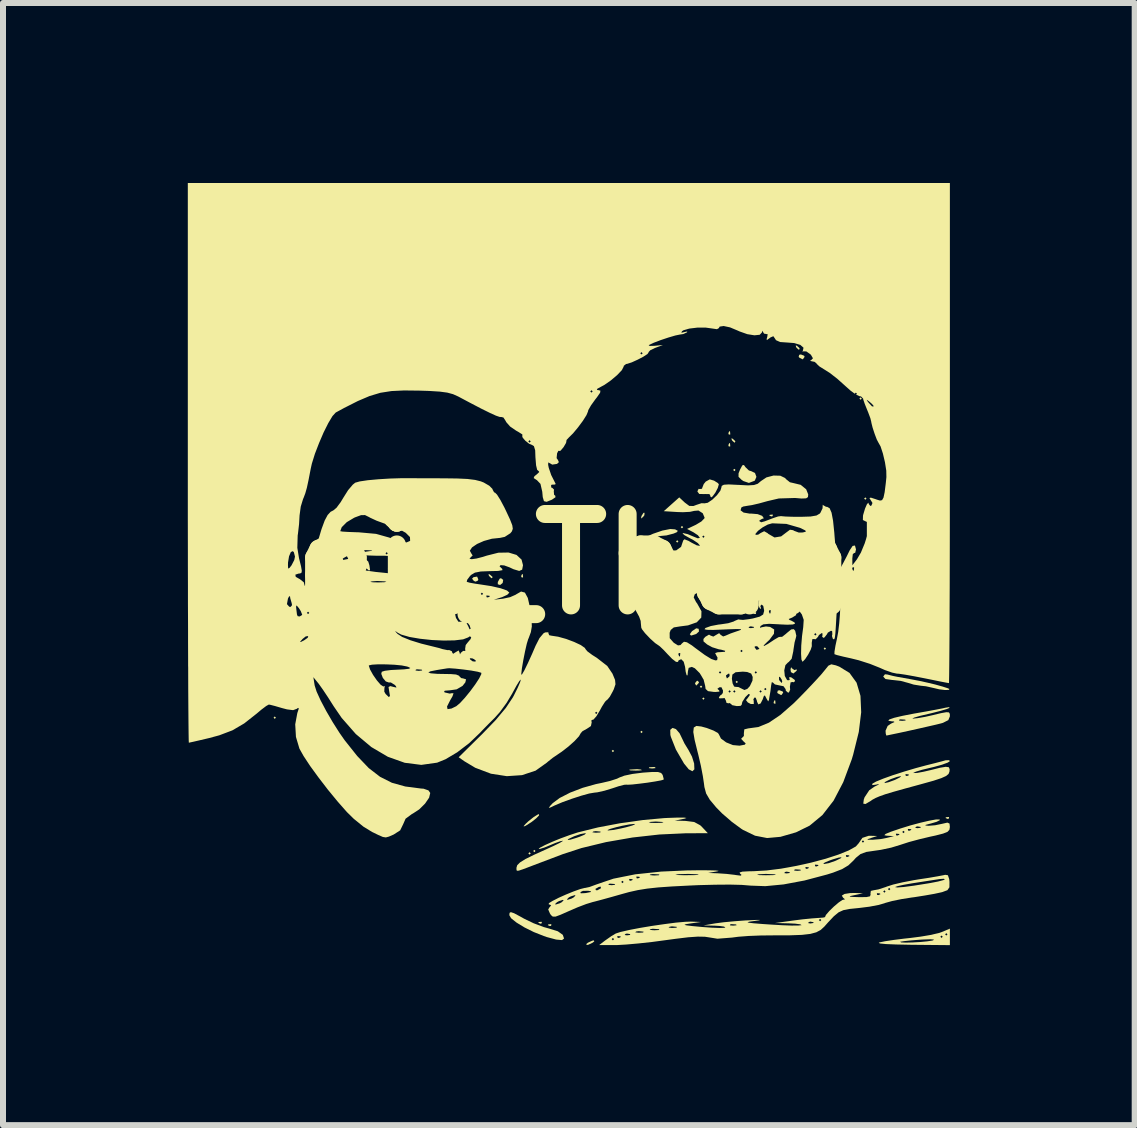
<source format=kicad_pcb>
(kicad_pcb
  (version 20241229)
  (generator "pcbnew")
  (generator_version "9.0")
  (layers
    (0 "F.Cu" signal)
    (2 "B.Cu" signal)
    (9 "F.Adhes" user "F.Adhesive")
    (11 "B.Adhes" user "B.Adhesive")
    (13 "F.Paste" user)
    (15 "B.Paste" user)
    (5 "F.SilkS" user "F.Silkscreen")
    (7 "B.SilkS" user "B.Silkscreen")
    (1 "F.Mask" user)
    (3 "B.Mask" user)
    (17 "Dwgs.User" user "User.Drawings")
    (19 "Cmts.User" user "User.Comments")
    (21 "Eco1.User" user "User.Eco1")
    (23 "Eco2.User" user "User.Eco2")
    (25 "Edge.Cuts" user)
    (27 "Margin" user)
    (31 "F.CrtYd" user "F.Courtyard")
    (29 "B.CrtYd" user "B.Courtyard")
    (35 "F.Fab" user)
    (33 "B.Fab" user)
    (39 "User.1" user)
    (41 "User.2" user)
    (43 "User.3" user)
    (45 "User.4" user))
  (footprint "Neil_Thanh"
    (layer "F.Cu")
    (at 6.43 6.35)
    (property "Reference" "Neil_Thanh" (at 0 0 0) (layer "F.SilkS") (effects (font (size 1.524 1.524) (thickness 0.3))))
    (attr board_only exclude_from_pos_files exclude_from_bom)
    (fp_poly (pts (xy -4.882 2.56) (xy -4.901 2.58) (xy -4.921 2.56) (xy -4.901 2.54)) (stroke (width 0) (type solid)) (fill yes) (layer "F.SilkS"))
    (fp_poly (pts (xy -3.532 -0.139) (xy -3.552 -0.119) (xy -3.572 -0.139) (xy -3.552 -0.159)) (stroke (width 0) (type solid)) (fill yes) (layer "F.SilkS"))
    (fp_poly (pts (xy -0.635 4.822) (xy -0.655 4.842) (xy -0.675 4.822) (xy -0.655 4.802)) (stroke (width 0) (type solid)) (fill yes) (layer "F.SilkS"))
    (fp_poly (pts (xy -0.556 4.782) (xy -0.575 4.802) (xy -0.595 4.782) (xy -0.575 4.763)) (stroke (width 0) (type solid)) (fill yes) (layer "F.SilkS"))
    (fp_poly (pts (xy 0.754 3.115) (xy 0.734 3.135) (xy 0.714 3.115) (xy 0.734 3.096)) (stroke (width 0) (type solid)) (fill yes) (layer "F.SilkS"))
    (fp_poly (pts (xy 1.23 2.798) (xy 1.21 2.818) (xy 1.191 2.798) (xy 1.21 2.778)) (stroke (width 0) (type solid)) (fill yes) (layer "F.SilkS"))
    (fp_poly (pts (xy 1.826 -0.377) (xy 1.806 -0.357) (xy 1.786 -0.377) (xy 1.806 -0.397)) (stroke (width 0) (type solid)) (fill yes) (layer "F.SilkS"))
    (fp_poly (pts (xy 1.905 -0.615) (xy 1.885 -0.595) (xy 1.865 -0.615) (xy 1.885 -0.635)) (stroke (width 0) (type solid)) (fill yes) (layer "F.SilkS"))
    (fp_poly (pts (xy 2.223 2.044) (xy 2.203 2.064) (xy 2.183 2.044) (xy 2.203 2.024)) (stroke (width 0) (type solid)) (fill yes) (layer "F.SilkS"))
    (fp_poly (pts (xy 2.262 2.242) (xy 2.242 2.262) (xy 2.223 2.242) (xy 2.242 2.223)) (stroke (width 0) (type solid)) (fill yes) (layer "F.SilkS"))
    (fp_poly (pts (xy 2.778 -1.568) (xy 2.758 -1.548) (xy 2.738 -1.568) (xy 2.758 -1.587)) (stroke (width 0) (type solid)) (fill yes) (layer "F.SilkS"))
    (fp_poly (pts (xy 2.818 1.965) (xy 2.798 1.984) (xy 2.778 1.965) (xy 2.798 1.945)) (stroke (width 0) (type solid)) (fill yes) (layer "F.SilkS"))
    (fp_poly (pts (xy 4.286 1.409) (xy 4.266 1.429) (xy 4.247 1.409) (xy 4.266 1.389)) (stroke (width 0) (type solid)) (fill yes) (layer "F.SilkS"))
    (fp_poly (pts (xy 4.882 -2.758) (xy 4.862 -2.738) (xy 4.842 -2.758) (xy 4.862 -2.778)) (stroke (width 0) (type solid)) (fill yes) (layer "F.SilkS"))
    (fp_poly (pts (xy 4.961 -1.091) (xy 4.941 -1.072) (xy 4.921 -1.091) (xy 4.941 -1.111)) (stroke (width 0) (type solid)) (fill yes) (layer "F.SilkS"))
    (fp_poly (pts (xy -0.767 0.172) (xy -0.763 0.219) (xy -0.767 0.225) (xy -0.791 0.219) (xy -0.794 0.198) (xy -0.779 0.166)) (stroke (width 0) (type solid)) (fill yes) (layer "F.SilkS"))
    (fp_poly (pts (xy -0.45 5.966) (xy -0.455 5.99) (xy -0.476 5.993) (xy -0.509 5.978) (xy -0.503 5.966) (xy -0.456 5.962)) (stroke (width 0) (type solid)) (fill yes) (layer "F.SilkS"))
    (fp_poly (pts (xy -0.291 6.006) (xy -0.296 6.03) (xy -0.318 6.032) (xy -0.35 6.018) (xy -0.344 6.006) (xy -0.297 6.001)) (stroke (width 0) (type solid)) (fill yes) (layer "F.SilkS"))
    (fp_poly (pts (xy 1.439 3.387) (xy 1.444 3.401) (xy 1.389 3.407) (xy 1.333 3.401) (xy 1.339 3.387) (xy 1.421 3.382)) (stroke (width 0) (type solid)) (fill yes) (layer "F.SilkS"))
    (fp_poly (pts (xy 2.686 -2.209) (xy 2.69 -2.162) (xy 2.686 -2.156) (xy 2.662 -2.162) (xy 2.659 -2.183) (xy 2.674 -2.215)) (stroke (width 0) (type solid)) (fill yes) (layer "F.SilkS"))
    (fp_poly (pts (xy 2.686 -2.011) (xy 2.69 -1.964) (xy 2.686 -1.958) (xy 2.662 -1.963) (xy 2.659 -1.984) (xy 2.674 -2.017)) (stroke (width 0) (type solid)) (fill yes) (layer "F.SilkS"))
    (fp_poly (pts (xy 3.122 0.807) (xy 3.117 0.831) (xy 3.096 0.833) (xy 3.063 0.819) (xy 3.069 0.807) (xy 3.116 0.802)) (stroke (width 0) (type solid)) (fill yes) (layer "F.SilkS"))
    (fp_poly (pts (xy 3.4 -0.82) (xy 3.394 -0.797) (xy 3.373 -0.794) (xy 3.341 -0.808) (xy 3.347 -0.82) (xy 3.394 -0.825)) (stroke (width 0) (type solid)) (fill yes) (layer "F.SilkS"))
    (fp_poly (pts (xy 3.44 2.275) (xy 3.444 2.323) (xy 3.44 2.328) (xy 3.416 2.323) (xy 3.413 2.302) (xy 3.428 2.269)) (stroke (width 0) (type solid)) (fill yes) (layer "F.SilkS"))
    (fp_poly (pts (xy 6.337 4.22) (xy 6.331 4.244) (xy 6.31 4.247) (xy 6.278 4.232) (xy 6.284 4.22) (xy 6.331 4.215)) (stroke (width 0) (type solid)) (fill yes) (layer "F.SilkS"))
    (fp_poly (pts (xy -1.509 0.255) (xy -1.514 0.274) (xy -1.553 0.293) (xy -1.582 0.282) (xy -1.613 0.244) (xy -1.589 0.219) (xy -1.529 0.209)) (stroke (width 0) (type solid)) (fill yes) (layer "F.SilkS"))
    (fp_poly (pts (xy -1.316 0.175) (xy -1.274 0.212) (xy -1.27 0.221) (xy -1.289 0.237) (xy -1.328 0.2) (xy -1.333 0.192) (xy -1.338 0.165)) (stroke (width 0) (type solid)) (fill yes) (layer "F.SilkS"))
    (fp_poly (pts (xy -1.094 0.264) (xy -1.103 0.315) (xy -1.145 0.349) (xy -1.184 0.337) (xy -1.184 0.3) (xy -1.153 0.244) (xy -1.131 0.236)) (stroke (width 0) (type solid)) (fill yes) (layer "F.SilkS"))
    (fp_poly (pts (xy 1.258 -0.812) (xy 1.235 -0.783) (xy 1.202 -0.758) (xy 1.21 -0.798) (xy 1.213 -0.805) (xy 1.244 -0.854) (xy 1.262 -0.854)) (stroke (width 0) (type solid)) (fill yes) (layer "F.SilkS"))
    (fp_poly (pts (xy 2.732 -2.087) (xy 2.775 -2.047) (xy 2.766 -2.024) (xy 2.761 -2.024) (xy 2.727 -2.052) (xy 2.715 -2.07) (xy 2.71 -2.097)) (stroke (width 0) (type solid)) (fill yes) (layer "F.SilkS"))
    (fp_poly (pts (xy 3.804 -3.635) (xy 3.846 -3.595) (xy 3.838 -3.572) (xy 3.832 -3.572) (xy 3.799 -3.6) (xy 3.786 -3.618) (xy 3.782 -3.645)) (stroke (width 0) (type solid)) (fill yes) (layer "F.SilkS"))
    (fp_poly (pts (xy -3.343 -0.041) (xy -3.324 0.02) (xy -3.313 0.1) (xy -3.332 0.109) (xy -3.391 0.056) (xy -3.432 -0.007) (xy -3.431 -0.043) (xy -3.384 -0.079)) (stroke (width 0) (type solid)) (fill yes) (layer "F.SilkS"))
    (fp_poly (pts (xy -2.865 0.055) (xy -2.827 0.101) (xy -2.85 0.117) (xy -2.909 0.119) (xy -2.987 0.107) (xy -3.016 0.082) (xy -2.988 0.026) (xy -2.924 0.019)) (stroke (width 0) (type solid)) (fill yes) (layer "F.SilkS"))
    (fp_poly (pts (xy 0.424 6.288) (xy 0.397 6.31) (xy 0.325 6.344) (xy 0.298 6.349) (xy 0.291 6.332) (xy 0.318 6.31) (xy 0.39 6.277) (xy 0.417 6.272)) (stroke (width 0) (type solid)) (fill yes) (layer "F.SilkS"))
    (fp_poly (pts (xy 1.201 3.425) (xy 1.219 3.435) (xy 1.169 3.441) (xy 1.111 3.442) (xy 1.025 3.439) (xy 1.002 3.431) (xy 1.022 3.425) (xy 1.138 3.418)) (stroke (width 0) (type solid)) (fill yes) (layer "F.SilkS"))
    (fp_poly (pts (xy 2.163 1.079) (xy 2.169 1.123) (xy 2.122 1.166) (xy 2.045 1.19) (xy 2.034 1.19) (xy 2.016 1.169) (xy 2.054 1.117) (xy 2.123 1.071)) (stroke (width 0) (type solid)) (fill yes) (layer "F.SilkS"))
    (fp_poly (pts (xy 2.169 1.969) (xy 2.163 1.984) (xy 2.127 2.022) (xy 2.121 2.024) (xy 2.104 1.993) (xy 2.103 1.984) (xy 2.134 1.946) (xy 2.145 1.945)) (stroke (width 0) (type solid)) (fill yes) (layer "F.SilkS"))
    (fp_poly (pts (xy 3.564 2.124) (xy 3.572 2.143) (xy 3.543 2.182) (xy 3.535 2.183) (xy 3.481 2.154) (xy 3.473 2.143) (xy 3.482 2.109) (xy 3.51 2.103)) (stroke (width 0) (type solid)) (fill yes) (layer "F.SilkS"))
    (fp_poly (pts (xy 3.921 -3.472) (xy 3.929 -3.453) (xy 3.901 -3.414) (xy 3.892 -3.413) (xy 3.838 -3.442) (xy 3.83 -3.453) (xy 3.839 -3.487) (xy 3.867 -3.493)) (stroke (width 0) (type solid)) (fill yes) (layer "F.SilkS"))
    (fp_poly (pts (xy 3.717 1.737) (xy 3.76 1.767) (xy 3.78 1.76) (xy 3.803 1.759) (xy 3.794 1.78) (xy 3.742 1.824) (xy 3.701 1.801) (xy 3.694 1.756) (xy 3.704 1.718)) (stroke (width 0) (type solid)) (fill yes) (layer "F.SilkS"))
    (fp_poly (pts (xy -0.496 4.188) (xy -0.542 4.236) (xy -0.617 4.296) (xy -0.704 4.352) (xy -0.734 4.369) (xy -0.755 4.37) (xy -0.721 4.33) (xy -0.676 4.288) (xy -0.586 4.216) (xy -0.516 4.173) (xy -0.498 4.168)) (stroke (width 0) (type solid)) (fill yes) (layer "F.SilkS"))
    (fp_poly (pts (xy 2.942 -1.616) (xy 3.001 -1.559) (xy 3.039 -1.548) (xy 3.102 -1.518) (xy 3.126 -1.453) (xy 3.1 -1.392) (xy 3.091 -1.386) (xy 3 -1.352) (xy 2.909 -1.383) (xy 2.877 -1.405) (xy 2.828 -1.453) (xy 2.828 -1.511) (xy 2.852 -1.572) (xy 2.891 -1.645) (xy 2.918 -1.651)) (stroke (width 0) (type solid)) (fill yes) (layer "F.SilkS"))
    (fp_poly (pts (xy 1.785 2.751) (xy 1.845 2.82) (xy 1.868 2.867) (xy 1.927 2.99) (xy 1.992 3.096) (xy 2.052 3.209) (xy 2.088 3.324) (xy 2.092 3.421) (xy 2.059 3.453) (xy 1.998 3.421) (xy 1.919 3.324) (xy 1.919 3.324) (xy 1.784 3.091) (xy 1.701 2.882) (xy 1.692 2.848) (xy 1.69 2.763) (xy 1.727 2.731)) (stroke (width 0) (type solid)) (fill yes) (layer "F.SilkS"))
    (fp_poly (pts (xy -0.913 5.819) (xy -0.812 5.873) (xy -0.744 5.911) (xy -0.588 5.986) (xy -0.421 6.049) (xy -0.338 6.072) (xy -0.184 6.12) (xy -0.101 6.179) (xy -0.08 6.241) (xy -0.114 6.267) (xy -0.212 6.258) (xy -0.369 6.216) (xy -0.417 6.199) (xy -0.584 6.133) (xy -0.741 6.055) (xy -0.872 5.975) (xy -0.962 5.903) (xy -0.992 5.852) (xy -0.988 5.813) (xy -0.967 5.801)) (stroke (width 0) (type solid)) (fill yes) (layer "F.SilkS"))
    (fp_poly (pts (xy 2.42 -1.39) (xy 2.483 -1.35) (xy 2.5 -1.33) (xy 2.482 -1.268) (xy 2.441 -1.189) (xy 2.395 -1.127) (xy 2.373 -1.111) (xy 2.353 -1.135) (xy 2.358 -1.146) (xy 2.34 -1.166) (xy 2.267 -1.167) (xy 2.261 -1.166) (xy 2.173 -1.168) (xy 2.143 -1.208) (xy 2.143 -1.214) (xy 2.163 -1.254) (xy 2.183 -1.25) (xy 2.219 -1.255) (xy 2.223 -1.27) (xy 2.248 -1.333) (xy 2.281 -1.374) (xy 2.348 -1.411)) (stroke (width 0) (type solid)) (fill yes) (layer "F.SilkS"))
    (fp_poly (pts (xy 5.308 1.841) (xy 5.403 1.865) (xy 5.477 1.88) (xy 5.685 1.917) (xy 5.842 1.947) (xy 5.974 1.976) (xy 6.108 2.008) (xy 6.108 2.008) (xy 6.229 2.042) (xy 6.316 2.07) (xy 6.343 2.083) (xy 6.33 2.098) (xy 6.266 2.099) (xy 6.174 2.088) (xy 6.081 2.066) (xy 6.072 2.064) (xy 5.951 2.037) (xy 5.866 2.028) (xy 5.747 2.009) (xy 5.648 1.979) (xy 5.529 1.947) (xy 5.394 1.932) (xy 5.388 1.932) (xy 5.276 1.916) (xy 5.239 1.875) (xy 5.239 1.875) (xy 5.268 1.837)) (stroke (width 0) (type solid)) (fill yes) (layer "F.SilkS"))
    (fp_poly (pts (xy 1.487 3.466) (xy 1.538 3.482) (xy 1.563 3.514) (xy 1.564 3.517) (xy 1.58 3.578) (xy 1.579 3.593) (xy 1.533 3.606) (xy 1.434 3.624) (xy 1.306 3.644) (xy 1.171 3.661) (xy 1.054 3.674) (xy 0.979 3.678) (xy 0.964 3.676) (xy 0.921 3.679) (xy 0.826 3.704) (xy 0.733 3.735) (xy 0.596 3.777) (xy 0.476 3.804) (xy 0.422 3.81) (xy 0.339 3.824) (xy 0.206 3.861) (xy 0.049 3.912) (xy -0.108 3.969) (xy -0.241 4.025) (xy -0.298 4.053) (xy -0.334 4.066) (xy -0.314 4.033) (xy -0.269 3.985) (xy -0.152 3.898) (xy 0.022 3.809) (xy 0.231 3.729) (xy 0.452 3.667) (xy 0.549 3.647) (xy 0.686 3.615) (xy 0.803 3.577) (xy 0.846 3.556) (xy 0.927 3.526) (xy 1.06 3.498) (xy 1.218 3.478) (xy 1.236 3.476) (xy 1.392 3.465)) (stroke (width 0) (type solid)) (fill yes) (layer "F.SilkS"))
    (fp_poly (pts (xy 6.35 6.351) (xy 5.705 6.345) (xy 5.456 6.34) (xy 5.282 6.333) (xy 5.184 6.323) (xy 5.164 6.311) (xy 5.179 6.305) (xy 5.223 6.296) (xy 5.52 6.296) (xy 5.54 6.306) (xy 5.617 6.309) (xy 5.73 6.306) (xy 5.855 6.299) (xy 5.971 6.288) (xy 6.056 6.275) (xy 6.072 6.27) (xy 6.085 6.258) (xy 6.028 6.253) (xy 5.911 6.257) (xy 5.854 6.26) (xy 5.704 6.272) (xy 5.588 6.284) (xy 5.525 6.294) (xy 5.52 6.296) (xy 5.223 6.296) (xy 5.271 6.286) (xy 5.416 6.264) (xy 5.592 6.242) (xy 5.686 6.232) (xy 5.849 6.211) (xy 6.191 6.211) (xy 6.211 6.231) (xy 6.231 6.211) (xy 6.211 6.191) (xy 6.191 6.211) (xy 5.849 6.211) (xy 5.87 6.208) (xy 6.041 6.179) (xy 6.072 6.171) (xy 6.271 6.171) (xy 6.29 6.191) (xy 6.31 6.171) (xy 6.29 6.152) (xy 6.271 6.171) (xy 6.072 6.171) (xy 6.171 6.148) (xy 6.211 6.134) (xy 6.35 6.076)) (stroke (width 0) (type solid)) (fill yes) (layer "F.SilkS"))
    (fp_poly (pts (xy 6.346 2.396) (xy 6.299 2.416) (xy 6.193 2.447) (xy 6.049 2.484) (xy 5.989 2.498) (xy 5.85 2.531) (xy 5.758 2.558) (xy 5.726 2.573) (xy 5.735 2.576) (xy 5.815 2.568) (xy 5.941 2.546) (xy 6.052 2.521) (xy 6.202 2.485) (xy 6.291 2.469) (xy 6.334 2.472) (xy 6.349 2.497) (xy 6.35 2.538) (xy 6.324 2.601) (xy 6.235 2.646) (xy 6.201 2.656) (xy 6.116 2.677) (xy 5.985 2.707) (xy 5.827 2.743) (xy 5.661 2.78) (xy 5.505 2.814) (xy 5.38 2.84) (xy 5.304 2.856) (xy 5.29 2.857) (xy 5.281 2.824) (xy 5.278 2.777) (xy 5.313 2.698) (xy 5.368 2.66) (xy 5.427 2.633) (xy 5.415 2.623) (xy 5.378 2.621) (xy 5.324 2.611) (xy 5.326 2.608) (xy 5.502 2.608) (xy 5.556 2.613) (xy 5.613 2.607) (xy 5.606 2.593) (xy 5.525 2.588) (xy 5.507 2.593) (xy 5.502 2.608) (xy 5.326 2.608) (xy 5.341 2.59) (xy 5.423 2.562) (xy 5.563 2.529) (xy 5.753 2.492) (xy 5.794 2.485) (xy 5.97 2.454) (xy 6.126 2.425) (xy 6.238 2.403) (xy 6.271 2.395) (xy 6.335 2.385)) (stroke (width 0) (type solid)) (fill yes) (layer "F.SilkS"))
    (fp_poly (pts (xy 4.449 1.688) (xy 4.507 1.71) (xy 4.677 1.814) (xy 4.795 1.977) (xy 4.86 2.196) (xy 4.872 2.47) (xy 4.832 2.798) (xy 4.738 3.177) (xy 4.715 3.254) (xy 4.573 3.635) (xy 4.412 3.943) (xy 4.226 4.183) (xy 4.012 4.36) (xy 3.786 4.471) (xy 3.526 4.546) (xy 3.304 4.566) (xy 3.103 4.527) (xy 2.902 4.43) (xy 2.874 4.412) (xy 2.716 4.296) (xy 2.553 4.155) (xy 2.455 4.055) (xy 2.349 3.928) (xy 2.288 3.824) (xy 2.259 3.716) (xy 2.252 3.661) (xy 2.233 3.533) (xy 2.2 3.361) (xy 2.157 3.176) (xy 2.144 3.126) (xy 2.096 2.93) (xy 2.074 2.799) (xy 2.082 2.725) (xy 2.125 2.698) (xy 2.206 2.707) (xy 2.298 2.732) (xy 2.411 2.775) (xy 2.485 2.816) (xy 2.5 2.838) (xy 2.535 2.908) (xy 2.622 2.972) (xy 2.734 3.017) (xy 2.844 3.027) (xy 2.85 3.026) (xy 2.933 3.01) (xy 2.947 2.989) (xy 2.908 2.953) (xy 2.871 2.912) (xy 2.885 2.898) (xy 2.917 2.865) (xy 2.917 2.818) (xy 2.924 2.755) (xy 2.989 2.739) (xy 3.159 2.716) (xy 3.335 2.643) (xy 3.526 2.514) (xy 3.743 2.324) (xy 3.83 2.238) (xy 3.974 2.09) (xy 4.104 1.952) (xy 4.207 1.839) (xy 4.268 1.765) (xy 4.269 1.764) (xy 4.325 1.694) (xy 4.374 1.671)) (stroke (width 0) (type solid)) (fill yes) (layer "F.SilkS"))
    (fp_poly (pts (xy 6.35 3.285) (xy 6.314 3.309) (xy 6.219 3.344) (xy 6.081 3.382) (xy 6.026 3.395) (xy 5.885 3.429) (xy 5.786 3.459) (xy 5.743 3.479) (xy 5.745 3.483) (xy 5.803 3.481) (xy 5.912 3.461) (xy 6.025 3.435) (xy 6.185 3.395) (xy 6.282 3.379) (xy 6.332 3.386) (xy 6.346 3.419) (xy 6.343 3.459) (xy 6.328 3.498) (xy 6.287 3.532) (xy 6.207 3.568) (xy 6.077 3.611) (xy 5.883 3.665) (xy 5.854 3.673) (xy 5.601 3.742) (xy 5.412 3.795) (xy 5.275 3.836) (xy 5.179 3.87) (xy 5.111 3.899) (xy 5.058 3.928) (xy 5.033 3.946) (xy 4.944 3.999) (xy 4.907 3.993) (xy 4.915 3.926) (xy 4.928 3.888) (xy 5.006 3.77) (xy 5.094 3.709) (xy 5.164 3.675) (xy 5.162 3.667) (xy 5.12 3.676) (xy 5.055 3.684) (xy 5.06 3.659) (xy 5.08 3.648) (xy 5.258 3.648) (xy 5.264 3.65) (xy 5.328 3.636) (xy 5.427 3.6) (xy 5.443 3.593) (xy 5.517 3.556) (xy 5.537 3.535) (xy 5.531 3.534) (xy 5.467 3.548) (xy 5.368 3.583) (xy 5.352 3.59) (xy 5.278 3.627) (xy 5.258 3.648) (xy 5.08 3.648) (xy 5.12 3.625) (xy 5.24 3.576) (xy 5.402 3.518) (xy 5.441 3.506) (xy 5.609 3.506) (xy 5.615 3.529) (xy 5.636 3.532) (xy 5.668 3.518) (xy 5.662 3.506) (xy 5.615 3.501) (xy 5.609 3.506) (xy 5.441 3.506) (xy 5.589 3.458) (xy 5.785 3.4) (xy 5.953 3.355) (xy 6.097 3.319) (xy 6.216 3.288) (xy 6.281 3.27) (xy 6.338 3.269)) (stroke (width 0) (type solid)) (fill yes) (layer "F.SilkS"))
    (fp_poly (pts (xy 1.926 4.226) (xy 1.961 4.232) (xy 1.925 4.244) (xy 1.766 4.275) (xy 1.948 4.281) (xy 2.089 4.299) (xy 2.189 4.353) (xy 2.222 4.385) (xy 2.316 4.485) (xy 1.942 4.487) (xy 1.51 4.507) (xy 1.062 4.557) (xy 0.62 4.634) (xy 0.211 4.733) (xy -0.099 4.834) (xy -0.281 4.903) (xy -0.466 4.973) (xy -0.619 5.031) (xy -0.634 5.037) (xy -0.764 5.086) (xy -0.836 5.11) (xy -0.867 5.111) (xy -0.873 5.09) (xy -0.873 5.061) (xy -0.86 5.018) (xy -0.813 4.972) (xy -0.723 4.916) (xy -0.579 4.845) (xy -0.389 4.759) (xy -0.253 4.697) (xy -0.151 4.647) (xy -0.101 4.616) (xy -0.098 4.611) (xy -0.139 4.618) (xy -0.229 4.65) (xy -0.3 4.68) (xy -0.409 4.725) (xy -0.484 4.748) (xy -0.503 4.749) (xy -0.48 4.726) (xy -0.399 4.684) (xy -0.279 4.63) (xy -0.204 4.599) (xy -0.02 4.599) (xy 0.027 4.593) (xy 0.127 4.563) (xy 0.179 4.545) (xy 0.26 4.511) (xy 0.285 4.49) (xy 0.272 4.486) (xy 0.194 4.5) (xy 0.087 4.537) (xy 0.074 4.543) (xy -0.007 4.582) (xy -0.02 4.599) (xy -0.204 4.599) (xy -0.137 4.572) (xy 0.01 4.518) (xy 0.144 4.474) (xy 0.158 4.47) (xy 0.391 4.47) (xy 0.444 4.477) (xy 0.456 4.477) (xy 0.524 4.473) (xy 0.53 4.46) (xy 0.527 4.459) (xy 0.448 4.451) (xy 0.408 4.457) (xy 0.391 4.47) (xy 0.158 4.47) (xy 0.159 4.47) (xy 0.308 4.433) (xy 0.643 4.433) (xy 0.655 4.44) (xy 0.737 4.432) (xy 0.862 4.408) (xy 0.953 4.387) (xy 1.055 4.358) (xy 1.103 4.338) (xy 1.091 4.331) (xy 1.009 4.339) (xy 0.884 4.363) (xy 0.794 4.384) (xy 0.691 4.413) (xy 0.643 4.433) (xy 0.308 4.433) (xy 0.486 4.389) (xy 0.857 4.319) (xy 0.948 4.307) (xy 1.332 4.307) (xy 1.375 4.313) (xy 1.449 4.315) (xy 1.543 4.312) (xy 1.577 4.305) (xy 1.558 4.298) (xy 1.449 4.291) (xy 1.36 4.297) (xy 1.332 4.307) (xy 0.948 4.307) (xy 1.236 4.266) (xy 1.587 4.234) (xy 1.647 4.231) (xy 1.82 4.225)) (stroke (width 0) (type solid)) (fill yes) (layer "F.SilkS"))
    (fp_poly (pts (xy 6.317 5.186) (xy 6.339 5.252) (xy 6.343 5.296) (xy 6.342 5.387) (xy 6.309 5.435) (xy 6.223 5.467) (xy 6.202 5.472) (xy 6.091 5.496) (xy 5.932 5.524) (xy 5.755 5.552) (xy 5.715 5.557) (xy 5.543 5.584) (xy 5.387 5.616) (xy 5.275 5.647) (xy 5.257 5.654) (xy 5.158 5.682) (xy 5.01 5.71) (xy 4.843 5.731) (xy 4.824 5.733) (xy 4.677 5.748) (xy 4.575 5.768) (xy 4.496 5.804) (xy 4.418 5.868) (xy 4.319 5.973) (xy 4.257 6.043) (xy 4.197 6.098) (xy 4.124 6.137) (xy 4.023 6.164) (xy 3.883 6.18) (xy 3.69 6.187) (xy 3.431 6.188) (xy 3.413 6.188) (xy 3.201 6.19) (xy 2.997 6.198) (xy 2.826 6.211) (xy 2.719 6.225) (xy 2.476 6.244) (xy 2.358 6.225) (xy 2.267 6.211) (xy 2.149 6.209) (xy 1.989 6.22) (xy 1.775 6.246) (xy 1.62 6.267) (xy 1.388 6.298) (xy 1.158 6.323) (xy 0.954 6.341) (xy 0.799 6.35) (xy 0.775 6.35) (xy 0.505 6.35) (xy 0.6 6.277) (xy 0.637 6.251) (xy 0.714 6.251) (xy 0.734 6.271) (xy 0.754 6.251) (xy 0.734 6.231) (xy 0.714 6.251) (xy 0.637 6.251) (xy 0.701 6.206) (xy 0.703 6.204) (xy 0.807 6.204) (xy 0.812 6.228) (xy 0.833 6.231) (xy 0.866 6.216) (xy 0.86 6.204) (xy 0.813 6.2) (xy 0.807 6.204) (xy 0.703 6.204) (xy 0.741 6.182) (xy 0.93 6.182) (xy 0.969 6.188) (xy 1.021 6.181) (xy 1.021 6.167) (xy 0.968 6.158) (xy 0.945 6.164) (xy 0.93 6.182) (xy 0.741 6.182) (xy 0.78 6.158) (xy 0.844 6.137) (xy 1.106 6.137) (xy 1.158 6.144) (xy 1.171 6.144) (xy 1.239 6.14) (xy 1.245 6.127) (xy 1.241 6.126) (xy 1.162 6.118) (xy 1.122 6.124) (xy 1.106 6.137) (xy 0.844 6.137) (xy 0.859 6.132) (xy 0.999 6.1) (xy 1.018 6.096) (xy 1.347 6.096) (xy 1.402 6.102) (xy 1.429 6.103) (xy 1.501 6.099) (xy 1.509 6.088) (xy 1.498 6.085) (xy 1.398 6.078) (xy 1.359 6.085) (xy 1.347 6.096) (xy 1.018 6.096) (xy 1.18 6.065) (xy 1.227 6.057) (xy 1.661 6.057) (xy 1.714 6.064) (xy 1.726 6.064) (xy 1.794 6.06) (xy 1.8 6.048) (xy 1.797 6.046) (xy 1.718 6.038) (xy 1.678 6.045) (xy 1.661 6.057) (xy 1.227 6.057) (xy 1.383 6.031) (xy 1.59 6.001) (xy 1.782 5.976) (xy 1.94 5.962) (xy 2.033 5.959) (xy 2.203 5.965) (xy 2.024 5.99) (xy 1.949 6.002) (xy 1.926 6.013) (xy 1.963 6.022) (xy 2.066 6.034) (xy 2.215 6.048) (xy 2.378 6.06) (xy 2.51 6.065) (xy 2.592 6.062) (xy 2.608 6.057) (xy 2.587 6.042) (xy 2.507 6.031) (xy 2.437 6.027) (xy 2.242 6.022) (xy 2.249 6.021) (xy 2.684 6.021) (xy 2.738 6.026) (xy 2.795 6.02) (xy 2.788 6.006) (xy 2.707 6.001) (xy 2.689 6.006) (xy 2.684 6.021) (xy 2.249 6.021) (xy 2.441 5.988) (xy 2.578 5.97) (xy 2.759 5.953) (xy 2.948 5.939) (xy 2.977 5.938) (xy 3.119 5.931) (xy 3.184 5.931) (xy 3.172 5.937) (xy 3.096 5.948) (xy 3.012 5.959) (xy 2.977 5.969) (xy 2.998 5.977) (xy 3.08 5.987) (xy 3.231 5.999) (xy 3.366 6.008) (xy 3.555 6.019) (xy 3.714 6.025) (xy 3.827 6.024) (xy 3.878 6.018) (xy 3.878 6.017) (xy 3.856 6.004) (xy 3.773 5.993) (xy 3.668 5.988) (xy 3.47 5.983) (xy 3.986 5.983) (xy 4.025 5.99) (xy 4.076 5.982) (xy 4.077 5.969) (xy 4.024 5.959) (xy 4.001 5.966) (xy 3.986 5.983) (xy 3.47 5.983) (xy 3.433 5.983) (xy 3.731 5.942) (xy 3.8 5.933) (xy 4.167 5.933) (xy 4.187 5.953) (xy 4.207 5.933) (xy 4.187 5.913) (xy 4.167 5.933) (xy 3.8 5.933) (xy 3.895 5.921) (xy 4.046 5.906) (xy 4.151 5.898) (xy 4.154 5.898) (xy 4.237 5.892) (xy 4.269 5.884) (xy 4.269 5.883) (xy 4.284 5.848) (xy 4.34 5.783) (xy 4.418 5.707) (xy 4.497 5.64) (xy 4.557 5.599) (xy 4.571 5.595) (xy 4.603 5.588) (xy 4.571 5.561) (xy 4.549 5.526) (xy 4.594 5.498) (xy 4.69 5.483) (xy 4.776 5.482) (xy 4.901 5.487) (xy 4.763 5.517) (xy 4.69 5.533) (xy 4.68 5.543) (xy 4.738 5.548) (xy 4.836 5.551) (xy 4.96 5.55) (xy 5.019 5.537) (xy 5.029 5.507) (xy 5.026 5.497) (xy 5.027 5.49) (xy 5.133 5.49) (xy 5.138 5.514) (xy 5.159 5.517) (xy 5.192 5.502) (xy 5.186 5.49) (xy 5.139 5.485) (xy 5.133 5.49) (xy 5.027 5.49) (xy 5.031 5.457) (xy 5.239 5.457) (xy 5.259 5.477) (xy 5.278 5.457) (xy 5.259 5.437) (xy 5.239 5.457) (xy 5.031 5.457) (xy 5.033 5.447) (xy 5.076 5.437) (xy 5.159 5.422) (xy 5.175 5.417) (xy 5.318 5.417) (xy 5.338 5.437) (xy 5.358 5.417) (xy 5.338 5.397) (xy 5.318 5.417) (xy 5.175 5.417) (xy 5.273 5.385) (xy 5.277 5.384) (xy 5.437 5.384) (xy 5.475 5.39) (xy 5.582 5.382) (xy 5.749 5.36) (xy 5.969 5.325) (xy 6.029 5.315) (xy 6.152 5.291) (xy 6.24 5.268) (xy 6.267 5.255) (xy 6.249 5.245) (xy 6.175 5.25) (xy 6.152 5.254) (xy 6.041 5.271) (xy 5.886 5.295) (xy 5.725 5.32) (xy 5.586 5.344) (xy 5.484 5.366) (xy 5.438 5.382) (xy 5.437 5.384) (xy 5.277 5.384) (xy 5.299 5.375) (xy 5.405 5.341) (xy 5.563 5.304) (xy 5.745 5.269) (xy 5.829 5.255) (xy 6.001 5.229) (xy 6.146 5.204) (xy 6.245 5.185) (xy 6.272 5.179)) (stroke (width 0) (type solid)) (fill yes) (layer "F.SilkS"))
    (fp_poly (pts (xy 6.182 4.269) (xy 6.128 4.296) (xy 6.033 4.324) (xy 6.025 4.326) (xy 5.946 4.347) (xy 5.942 4.357) (xy 5.993 4.362) (xy 6.104 4.353) (xy 6.221 4.329) (xy 6.308 4.309) (xy 6.344 4.325) (xy 6.35 4.382) (xy 6.342 4.429) (xy 6.31 4.463) (xy 6.237 4.492) (xy 6.108 4.525) (xy 6.023 4.543) (xy 5.843 4.586) (xy 5.668 4.633) (xy 5.532 4.677) (xy 5.517 4.682) (xy 5.372 4.726) (xy 5.198 4.763) (xy 5.1 4.777) (xy 4.956 4.798) (xy 4.861 4.833) (xy 4.784 4.895) (xy 4.743 4.941) (xy 4.659 5.021) (xy 4.554 5.084) (xy 4.405 5.142) (xy 4.303 5.174) (xy 3.926 5.274) (xy 3.579 5.339) (xy 3.275 5.368) (xy 3.027 5.359) (xy 3.016 5.358) (xy 2.882 5.347) (xy 2.684 5.342) (xy 2.439 5.344) (xy 2.163 5.351) (xy 2.008 5.358) (xy 1.717 5.373) (xy 1.489 5.389) (xy 1.305 5.409) (xy 1.15 5.434) (xy 1.006 5.466) (xy 0.893 5.497) (xy 0.717 5.547) (xy 0.554 5.592) (xy 0.43 5.625) (xy 0.397 5.633) (xy 0.289 5.666) (xy 0.142 5.722) (xy -0.003 5.785) (xy -0.139 5.845) (xy -0.22 5.875) (xy -0.267 5.876) (xy -0.297 5.851) (xy -0.315 5.824) (xy -0.344 5.756) (xy -0.319 5.716) (xy -0.315 5.714) (xy -0.295 5.685) (xy -0.337 5.669) (xy -0.336 5.667) (xy -0.23 5.667) (xy -0.218 5.674) (xy -0.153 5.654) (xy -0.119 5.636) (xy -0.087 5.604) (xy -0.099 5.597) (xy -0.164 5.617) (xy -0.198 5.636) (xy -0.23 5.667) (xy -0.336 5.667) (xy -0.332 5.651) (xy -0.27 5.613) (xy -0.22 5.588) (xy -0.032 5.588) (xy -0.02 5.595) (xy 0.045 5.575) (xy 0.079 5.556) (xy 0.111 5.525) (xy 0.099 5.518) (xy 0.034 5.538) (xy 0 5.556) (xy -0.032 5.588) (xy -0.22 5.588) (xy -0.17 5.562) (xy -0.049 5.508) (xy 0.052 5.467) (xy 0.193 5.467) (xy 0.198 5.487) (xy 0.27 5.484) (xy 0.286 5.482) (xy 0.365 5.466) (xy 0.37 5.455) (xy 0.323 5.445) (xy 0.235 5.447) (xy 0.193 5.467) (xy 0.052 5.467) (xy 0.076 5.457) (xy 0.185 5.418) (xy 0.199 5.414) (xy 0.442 5.414) (xy 0.452 5.435) (xy 0.474 5.437) (xy 0.528 5.408) (xy 0.535 5.398) (xy 0.529 5.375) (xy 0.498 5.382) (xy 0.442 5.414) (xy 0.199 5.414) (xy 0.263 5.398) (xy 0.275 5.397) (xy 0.344 5.382) (xy 0.442 5.346) (xy 0.66 5.346) (xy 0.714 5.352) (xy 0.771 5.345) (xy 0.764 5.332) (xy 0.683 5.326) (xy 0.665 5.332) (xy 0.66 5.346) (xy 0.442 5.346) (xy 0.443 5.346) (xy 0.45 5.343) (xy 0.581 5.298) (xy 0.873 5.298) (xy 0.893 5.318) (xy 0.913 5.298) (xy 0.893 5.278) (xy 0.873 5.298) (xy 0.581 5.298) (xy 0.718 5.252) (xy 1.005 5.252) (xy 1.011 5.276) (xy 1.032 5.278) (xy 1.065 5.264) (xy 1.058 5.252) (xy 1.011 5.247) (xy 1.005 5.252) (xy 0.718 5.252) (xy 0.741 5.244) (xy 0.9 5.212) (xy 1.124 5.212) (xy 1.13 5.236) (xy 1.151 5.239) (xy 1.184 5.224) (xy 1.177 5.212) (xy 1.13 5.208) (xy 1.124 5.212) (xy 0.9 5.212) (xy 1.046 5.183) (xy 1.347 5.183) (xy 1.402 5.189) (xy 1.429 5.19) (xy 1.501 5.186) (xy 1.508 5.177) (xy 1.775 5.177) (xy 1.805 5.182) (xy 1.899 5.185) (xy 1.965 5.185) (xy 2.09 5.184) (xy 2.158 5.18) (xy 2.158 5.173) (xy 2.134 5.17) (xy 1.993 5.164) (xy 1.839 5.168) (xy 1.817 5.17) (xy 1.775 5.177) (xy 1.508 5.177) (xy 1.509 5.175) (xy 1.498 5.172) (xy 1.398 5.166) (xy 1.359 5.172) (xy 1.347 5.183) (xy 1.046 5.183) (xy 1.105 5.171) (xy 1.54 5.125) (xy 1.965 5.106) (xy 2.172 5.103) (xy 2.336 5.104) (xy 2.448 5.107) (xy 2.497 5.113) (xy 2.48 5.12) (xy 2.322 5.148) (xy 2.485 5.154) (xy 2.63 5.164) (xy 2.768 5.18) (xy 2.783 5.183) (xy 2.865 5.193) (xy 2.878 5.18) (xy 2.875 5.178) (xy 3.135 5.178) (xy 3.176 5.184) (xy 3.278 5.186) (xy 3.294 5.186) (xy 3.403 5.184) (xy 3.452 5.179) (xy 3.431 5.171) (xy 3.423 5.17) (xy 3.284 5.164) (xy 3.165 5.17) (xy 3.135 5.178) (xy 2.875 5.178) (xy 2.857 5.163) (xy 2.85 5.15) (xy 3.589 5.15) (xy 3.628 5.156) (xy 3.68 5.149) (xy 3.68 5.135) (xy 3.627 5.126) (xy 3.604 5.132) (xy 3.589 5.15) (xy 2.85 5.15) (xy 2.845 5.14) (xy 2.892 5.126) (xy 3.007 5.12) (xy 3.076 5.119) (xy 3.272 5.108) (xy 3.755 5.108) (xy 3.81 5.113) (xy 3.866 5.107) (xy 3.86 5.093) (xy 3.778 5.088) (xy 3.76 5.093) (xy 3.755 5.108) (xy 3.272 5.108) (xy 3.292 5.107) (xy 3.534 5.077) (xy 3.663 5.054) (xy 3.942 5.054) (xy 3.948 5.077) (xy 3.969 5.08) (xy 4.001 5.065) (xy 3.995 5.054) (xy 3.948 5.049) (xy 3.942 5.054) (xy 3.663 5.054) (xy 3.788 5.031) (xy 3.867 5.014) (xy 4.101 5.014) (xy 4.106 5.037) (xy 4.128 5.04) (xy 4.16 5.026) (xy 4.154 5.014) (xy 4.107 5.009) (xy 4.101 5.014) (xy 3.867 5.014) (xy 3.949 4.996) (xy 4.24 4.996) (xy 4.252 4.999) (xy 4.331 4.985) (xy 4.437 4.948) (xy 4.45 4.943) (xy 4.532 4.903) (xy 4.545 4.886) (xy 4.497 4.892) (xy 4.397 4.922) (xy 4.346 4.94) (xy 4.265 4.974) (xy 4.24 4.996) (xy 3.949 4.996) (xy 4.041 4.975) (xy 4.28 4.911) (xy 4.453 4.855) (xy 4.617 4.855) (xy 4.622 4.879) (xy 4.643 4.882) (xy 4.676 4.867) (xy 4.67 4.855) (xy 4.623 4.85) (xy 4.617 4.855) (xy 4.453 4.855) (xy 4.492 4.842) (xy 4.664 4.773) (xy 4.782 4.707) (xy 4.831 4.652) (xy 4.85 4.624) (xy 4.882 4.624) (xy 4.901 4.643) (xy 4.921 4.624) (xy 4.901 4.604) (xy 4.882 4.624) (xy 4.85 4.624) (xy 4.892 4.563) (xy 4.996 4.529) (xy 5.04 4.529) (xy 5.14 4.532) (xy 5.04 4.564) (xy 4.976 4.586) (xy 4.984 4.594) (xy 5.06 4.595) (xy 5.192 4.584) (xy 5.298 4.564) (xy 5.417 4.534) (xy 5.298 4.527) (xy 5.258 4.519) (xy 5.278 4.498) (xy 5.45 4.498) (xy 5.456 4.522) (xy 5.477 4.524) (xy 5.51 4.51) (xy 5.503 4.498) (xy 5.456 4.493) (xy 5.45 4.498) (xy 5.278 4.498) (xy 5.278 4.498) (xy 5.357 4.465) (xy 5.556 4.465) (xy 5.576 4.485) (xy 5.596 4.465) (xy 5.576 4.445) (xy 5.556 4.465) (xy 5.357 4.465) (xy 5.364 4.462) (xy 5.491 4.419) (xy 5.649 4.419) (xy 5.654 4.442) (xy 5.675 4.445) (xy 5.708 4.43) (xy 5.702 4.419) (xy 5.655 4.414) (xy 5.649 4.419) (xy 5.491 4.419) (xy 5.517 4.41) (xy 5.562 4.396) (xy 5.772 4.396) (xy 5.811 4.402) (xy 5.862 4.395) (xy 5.863 4.381) (xy 5.81 4.372) (xy 5.787 4.378) (xy 5.772 4.396) (xy 5.562 4.396) (xy 5.691 4.356) (xy 5.859 4.311) (xy 6.006 4.277) (xy 6.117 4.257) (xy 6.179 4.256)) (stroke (width 0) (type solid)) (fill yes) (layer "F.SilkS"))
    (fp_poly (pts (xy 6.35 -2.183) (xy 6.35 -1.615) (xy 6.349 -1.07) (xy 6.349 -0.553) (xy 6.348 -0.069) (xy 6.347 0.376) (xy 6.345 0.778) (xy 6.344 1.131) (xy 6.342 1.43) (xy 6.34 1.67) (xy 6.338 1.846) (xy 6.336 1.952) (xy 6.335 1.984) (xy 6.292 1.977) (xy 6.188 1.957) (xy 6.042 1.927) (xy 5.933 1.905) (xy 5.759 1.871) (xy 5.608 1.844) (xy 5.5 1.828) (xy 5.466 1.826) (xy 5.387 1.809) (xy 5.268 1.767) (xy 5.175 1.726) (xy 5.017 1.663) (xy 4.829 1.603) (xy 4.703 1.572) (xy 4.569 1.542) (xy 4.469 1.517) (xy 4.426 1.502) (xy 4.427 1.459) (xy 4.443 1.361) (xy 4.467 1.25) (xy 4.489 1.131) (xy 4.506 0.986) (xy 4.518 0.832) (xy 4.525 0.688) (xy 4.524 0.57) (xy 4.517 0.497) (xy 4.502 0.485) (xy 4.49 0.532) (xy 4.477 0.639) (xy 4.465 0.784) (xy 4.461 0.839) (xy 4.45 1.028) (xy 4.442 1.151) (xy 4.434 1.22) (xy 4.425 1.25) (xy 4.413 1.254) (xy 4.4 1.247) (xy 4.385 1.199) (xy 4.391 1.17) (xy 4.388 1.119) (xy 4.369 1.111) (xy 4.316 1.143) (xy 4.301 1.171) (xy 4.26 1.223) (xy 4.24 1.23) (xy 4.22 1.206) (xy 4.227 1.191) (xy 4.226 1.154) (xy 4.213 1.151) (xy 4.168 1.183) (xy 4.152 1.213) (xy 4.113 1.254) (xy 4.088 1.25) (xy 4.058 1.251) (xy 4.048 1.312) (xy 4.049 1.37) (xy 4.031 1.427) (xy 3.988 1.509) (xy 3.937 1.586) (xy 3.898 1.626) (xy 3.893 1.627) (xy 3.876 1.591) (xy 3.87 1.495) (xy 3.873 1.359) (xy 3.886 1.201) (xy 3.89 1.171) (xy 4.088 1.171) (xy 4.108 1.191) (xy 4.128 1.171) (xy 4.108 1.151) (xy 4.088 1.171) (xy 3.89 1.171) (xy 3.906 1.052) (xy 3.914 0.93) (xy 3.883 0.84) (xy 3.849 0.794) (xy 3.794 0.732) (xy 3.778 0.729) (xy 3.789 0.779) (xy 3.788 0.851) (xy 3.722 0.892) (xy 3.664 0.916) (xy 3.678 0.933) (xy 3.701 0.94) (xy 3.76 0.972) (xy 3.77 0.993) (xy 3.734 1.007) (xy 3.639 1.011) (xy 3.506 1.005) (xy 3.498 1.004) (xy 3.337 0.996) (xy 3.24 1.005) (xy 3.195 1.032) (xy 3.194 1.033) (xy 3.185 1.065) (xy 3.211 1.054) (xy 3.284 1.04) (xy 3.354 1.048) (xy 3.422 1.09) (xy 3.418 1.162) (xy 3.343 1.263) (xy 3.299 1.304) (xy 3.246 1.357) (xy 3.253 1.366) (xy 3.316 1.332) (xy 3.423 1.261) (xy 3.496 1.218) (xy 3.531 1.212) (xy 3.532 1.215) (xy 3.557 1.211) (xy 3.618 1.163) (xy 3.633 1.149) (xy 3.705 1.09) (xy 3.748 1.085) (xy 3.772 1.112) (xy 3.791 1.195) (xy 3.783 1.23) (xy 3.762 1.306) (xy 3.744 1.422) (xy 3.74 1.455) (xy 3.713 1.579) (xy 3.662 1.635) (xy 3.654 1.638) (xy 3.609 1.685) (xy 3.59 1.772) (xy 3.599 1.865) (xy 3.635 1.93) (xy 3.65 1.938) (xy 3.682 1.932) (xy 3.675 1.911) (xy 3.675 1.882) (xy 3.709 1.89) (xy 3.763 1.93) (xy 3.77 1.951) (xy 3.746 1.971) (xy 3.731 1.965) (xy 3.695 1.972) (xy 3.684 2.044) (xy 3.688 2.094) (xy 3.668 2.139) (xy 3.653 2.143) (xy 3.616 2.111) (xy 3.612 2.084) (xy 3.577 2.036) (xy 3.516 2.024) (xy 3.434 2.006) (xy 3.4 1.974) (xy 3.382 1.969) (xy 3.371 2.024) (xy 3.36 2.116) (xy 3.352 2.163) (xy 3.339 2.237) (xy 3.336 2.262) (xy 3.322 2.289) (xy 3.294 2.242) (xy 3.266 2.188) (xy 3.247 2.206) (xy 3.232 2.252) (xy 3.196 2.323) (xy 3.157 2.339) (xy 3.136 2.293) (xy 3.135 2.282) (xy 3.115 2.229) (xy 3.097 2.223) (xy 3.075 2.252) (xy 3.081 2.282) (xy 3.082 2.333) (xy 3.031 2.332) (xy 2.982 2.306) (xy 2.952 2.267) (xy 2.972 2.245) (xy 3.013 2.188) (xy 3.015 2.171) (xy 2.995 2.165) (xy 2.946 2.213) (xy 2.939 2.221) (xy 2.891 2.297) (xy 2.88 2.345) (xy 2.88 2.346) (xy 2.86 2.364) (xy 2.798 2.367) (xy 2.723 2.352) (xy 2.699 2.329) (xy 2.674 2.315) (xy 2.659 2.322) (xy 2.626 2.312) (xy 2.619 2.28) (xy 2.596 2.233) (xy 2.56 2.237) (xy 2.509 2.238) (xy 2.5 2.221) (xy 2.529 2.184) (xy 2.538 2.183) (xy 2.566 2.15) (xy 2.568 2.123) (xy 2.659 2.123) (xy 2.679 2.143) (xy 2.699 2.123) (xy 2.738 2.123) (xy 2.758 2.143) (xy 2.778 2.123) (xy 3.175 2.123) (xy 3.195 2.143) (xy 3.215 2.123) (xy 3.195 2.103) (xy 3.175 2.123) (xy 2.778 2.123) (xy 2.758 2.103) (xy 2.738 2.123) (xy 2.699 2.123) (xy 2.679 2.103) (xy 2.659 2.123) (xy 2.568 2.123) (xy 2.569 2.108) (xy 2.543 2.053) (xy 2.509 2.054) (xy 2.475 2.079) (xy 2.506 2.107) (xy 2.509 2.126) (xy 2.443 2.132) (xy 2.415 2.131) (xy 2.319 2.118) (xy 2.279 2.081) (xy 2.272 2.03) (xy 2.246 1.926) (xy 2.237 1.912) (xy 2.717 1.912) (xy 2.729 1.989) (xy 2.754 2.041) (xy 2.775 2.046) (xy 2.827 2.05) (xy 2.859 2.066) (xy 2.926 2.099) (xy 2.965 2.084) (xy 3.254 2.084) (xy 3.274 2.103) (xy 3.294 2.084) (xy 3.274 2.064) (xy 3.254 2.084) (xy 2.965 2.084) (xy 2.975 2.08) (xy 3.017 2.034) (xy 3.06 1.943) (xy 3.061 1.926) (xy 3.503 1.926) (xy 3.511 1.942) (xy 3.549 1.983) (xy 3.556 1.954) (xy 3.546 1.923) (xy 3.517 1.88) (xy 3.503 1.881) (xy 3.503 1.926) (xy 3.061 1.926) (xy 3.064 1.882) (xy 3.039 1.825) (xy 2.99 1.806) (xy 3.096 1.806) (xy 3.115 1.826) (xy 3.135 1.806) (xy 3.115 1.786) (xy 3.096 1.806) (xy 2.99 1.806) (xy 2.972 1.799) (xy 2.899 1.793) (xy 2.779 1.803) (xy 2.725 1.842) (xy 2.717 1.912) (xy 2.237 1.912) (xy 2.21 1.865) (xy 2.619 1.865) (xy 2.633 1.904) (xy 2.637 1.905) (xy 2.671 1.877) (xy 2.679 1.865) (xy 2.676 1.829) (xy 2.661 1.826) (xy 2.621 1.854) (xy 2.619 1.865) (xy 2.21 1.865) (xy 2.181 1.818) (xy 2.169 1.806) (xy 2.5 1.806) (xy 2.52 1.826) (xy 2.54 1.806) (xy 2.52 1.786) (xy 2.5 1.806) (xy 2.169 1.806) (xy 2.1 1.737) (xy 2.05 1.714) (xy 1.997 1.73) (xy 1.984 1.79) (xy 1.978 1.855) (xy 1.963 1.853) (xy 1.947 1.795) (xy 1.937 1.714) (xy 1.914 1.628) (xy 1.873 1.586) (xy 1.831 1.603) (xy 1.818 1.631) (xy 1.786 1.63) (xy 1.72 1.579) (xy 1.665 1.522) (xy 1.651 1.508) (xy 1.826 1.508) (xy 1.84 1.541) (xy 1.852 1.535) (xy 1.857 1.487) (xy 1.852 1.482) (xy 1.828 1.487) (xy 1.826 1.508) (xy 1.651 1.508) (xy 1.581 1.433) (xy 1.518 1.373) (xy 1.498 1.358) (xy 1.438 1.317) (xy 1.356 1.243) (xy 1.276 1.159) (xy 1.264 1.145) (xy 1.68 1.145) (xy 1.681 1.235) (xy 1.747 1.31) (xy 1.749 1.312) (xy 1.819 1.356) (xy 1.861 1.35) (xy 1.886 1.322) (xy 1.919 1.295) (xy 1.968 1.304) (xy 2.051 1.356) (xy 2.107 1.399) (xy 2.265 1.515) (xy 2.374 1.582) (xy 2.443 1.606) (xy 2.472 1.601) (xy 2.478 1.559) (xy 2.458 1.524) (xy 2.438 1.484) (xy 2.479 1.47) (xy 2.522 1.468) (xy 2.601 1.462) (xy 2.605 1.449) (xy 2.857 1.449) (xy 2.877 1.468) (xy 2.897 1.449) (xy 2.877 1.429) (xy 2.857 1.449) (xy 2.605 1.449) (xy 2.606 1.446) (xy 2.538 1.427) (xy 2.5 1.421) (xy 2.391 1.387) (xy 2.39 1.387) (xy 3.096 1.387) (xy 3.124 1.427) (xy 3.135 1.429) (xy 3.174 1.415) (xy 3.175 1.411) (xy 3.147 1.377) (xy 3.135 1.369) (xy 3.099 1.372) (xy 3.096 1.387) (xy 2.39 1.387) (xy 2.306 1.341) (xy 2.244 1.289) (xy 2.243 1.249) (xy 2.274 1.213) (xy 2.336 1.176) (xy 2.362 1.192) (xy 2.408 1.209) (xy 2.451 1.183) (xy 2.505 1.152) (xy 2.529 1.179) (xy 2.571 1.207) (xy 2.612 1.193) (xy 2.695 1.157) (xy 2.807 1.118) (xy 2.818 1.115) (xy 2.869 1.096) (xy 2.867 1.086) (xy 2.803 1.083) (xy 2.67 1.087) (xy 2.58 1.091) (xy 2.406 1.098) (xy 2.302 1.096) (xy 2.261 1.087) (xy 2.274 1.068) (xy 2.28 1.064) (xy 2.286 1.062) (xy 2.994 1.062) (xy 3.033 1.068) (xy 3.084 1.061) (xy 3.085 1.048) (xy 3.032 1.038) (xy 3.009 1.044) (xy 2.994 1.062) (xy 2.286 1.062) (xy 2.367 1.033) (xy 2.492 1.009) (xy 2.536 1.004) (xy 2.656 0.986) (xy 2.746 0.958) (xy 2.765 0.947) (xy 2.825 0.922) (xy 2.847 0.926) (xy 2.902 0.931) (xy 3.005 0.918) (xy 3.067 0.907) (xy 3.182 0.876) (xy 3.238 0.841) (xy 3.251 0.794) (xy 3.334 0.794) (xy 3.348 0.826) (xy 3.36 0.82) (xy 3.365 0.773) (xy 3.36 0.767) (xy 3.337 0.773) (xy 3.334 0.794) (xy 3.251 0.794) (xy 3.254 0.785) (xy 3.254 0.771) (xy 3.24 0.698) (xy 3.212 0.675) (xy 3.19 0.7) (xy 3.199 0.721) (xy 3.203 0.748) (xy 3.183 0.739) (xy 3.157 0.684) (xy 3.164 0.647) (xy 3.172 0.61) (xy 3.149 0.608) (xy 3.084 0.644) (xy 2.97 0.721) (xy 2.866 0.778) (xy 2.767 0.787) (xy 2.645 0.748) (xy 2.588 0.721) (xy 2.479 0.679) (xy 2.389 0.663) (xy 2.373 0.664) (xy 2.278 0.658) (xy 2.191 0.61) (xy 2.145 0.541) (xy 2.143 0.526) (xy 2.131 0.484) (xy 2.098 0.505) (xy 2.081 0.556) (xy 2.12 0.633) (xy 2.138 0.657) (xy 2.21 0.786) (xy 2.207 0.892) (xy 2.132 0.971) (xy 1.986 1.022) (xy 1.854 1.039) (xy 1.749 1.056) (xy 1.697 1.099) (xy 1.68 1.145) (xy 1.264 1.145) (xy 1.22 1.088) (xy 1.207 1.061) (xy 1.199 0.978) (xy 1.197 0.948) (xy 1.171 0.876) (xy 1.116 0.776) (xy 1.097 0.746) (xy 1.029 0.621) (xy 0.982 0.492) (xy 0.978 0.473) (xy 0.966 0.413) (xy 2.384 0.413) (xy 2.392 0.465) (xy 2.405 0.466) (xy 2.415 0.412) (xy 2.408 0.389) (xy 2.391 0.374) (xy 2.384 0.413) (xy 0.966 0.413) (xy 0.954 0.347) (xy 0.933 0.238) (xy 0.926 0.139) (xy 0.932 0.004) (xy 0.938 -0.053) (xy 0.965 -0.184) (xy 1.017 -0.272) (xy 1.111 -0.353) (xy 1.247 -0.434) (xy 1.404 -0.505) (xy 1.559 -0.558) (xy 1.691 -0.584) (xy 1.771 -0.578) (xy 1.817 -0.553) (xy 1.798 -0.53) (xy 1.746 -0.508) (xy 1.626 -0.477) (xy 1.537 -0.469) (xy 1.462 -0.458) (xy 1.454 -0.428) (xy 1.456 -0.404) (xy 1.433 -0.414) (xy 1.366 -0.417) (xy 1.303 -0.367) (xy 1.271 -0.286) (xy 1.27 -0.273) (xy 1.297 -0.213) (xy 1.36 -0.2) (xy 1.431 -0.233) (xy 1.47 -0.282) (xy 1.515 -0.365) (xy 1.594 -0.28) (xy 1.689 -0.223) (xy 1.789 -0.228) (xy 1.87 -0.286) (xy 1.904 -0.387) (xy 1.904 -0.39) (xy 1.926 -0.413) (xy 1.995 -0.386) (xy 2.044 -0.357) (xy 2.129 -0.313) (xy 2.178 -0.303) (xy 2.183 -0.31) (xy 2.15 -0.349) (xy 2.068 -0.404) (xy 2.014 -0.432) (xy 1.929 -0.48) (xy 1.895 -0.51) (xy 1.905 -0.516) (xy 1.982 -0.498) (xy 2.074 -0.459) (xy 2.148 -0.429) (xy 2.183 -0.436) (xy 2.183 -0.438) (xy 2.169 -0.456) (xy 2.223 -0.456) (xy 2.242 -0.437) (xy 2.262 -0.456) (xy 2.242 -0.476) (xy 2.223 -0.456) (xy 2.169 -0.456) (xy 2.151 -0.48) (xy 2.113 -0.505) (xy 3.111 -0.505) (xy 3.112 -0.486) (xy 3.155 -0.49) (xy 3.196 -0.517) (xy 3.255 -0.547) (xy 3.312 -0.515) (xy 3.324 -0.503) (xy 3.428 -0.443) (xy 3.538 -0.461) (xy 3.614 -0.519) (xy 3.685 -0.572) (xy 3.739 -0.564) (xy 3.751 -0.555) (xy 3.831 -0.525) (xy 3.897 -0.526) (xy 3.949 -0.539) (xy 3.942 -0.559) (xy 3.869 -0.596) (xy 3.85 -0.604) (xy 3.625 -0.669) (xy 3.389 -0.679) (xy 3.315 -0.658) (xy 3.229 -0.611) (xy 3.153 -0.554) (xy 3.111 -0.505) (xy 2.113 -0.505) (xy 2.077 -0.529) (xy 1.97 -0.585) (xy 2.116 -0.654) (xy 2.208 -0.709) (xy 2.259 -0.761) (xy 2.262 -0.774) (xy 2.231 -0.847) (xy 2.16 -0.892) (xy 2.089 -0.886) (xy 2.018 -0.87) (xy 1.9 -0.864) (xy 1.806 -0.867) (xy 1.582 -0.881) (xy 1.84 -1.111) (xy 1.932 -1.025) (xy 2.007 -0.969) (xy 2.076 -0.967) (xy 2.126 -0.986) (xy 2.211 -1.014) (xy 2.262 -1.012) (xy 2.314 -1.021) (xy 2.39 -1.072) (xy 2.468 -1.147) (xy 2.525 -1.223) (xy 2.54 -1.268) (xy 2.548 -1.303) (xy 2.584 -1.322) (xy 2.665 -1.327) (xy 2.805 -1.32) (xy 2.832 -1.319) (xy 2.987 -1.311) (xy 3.085 -1.317) (xy 3.148 -1.338) (xy 3.198 -1.38) (xy 3.2 -1.382) (xy 3.293 -1.444) (xy 3.411 -1.475) (xy 3.524 -1.472) (xy 3.605 -1.433) (xy 3.617 -1.417) (xy 3.684 -1.363) (xy 3.745 -1.349) (xy 3.864 -1.32) (xy 3.955 -1.246) (xy 3.989 -1.161) (xy 3.985 -1.116) (xy 3.954 -1.095) (xy 3.877 -1.092) (xy 3.77 -1.101) (xy 3.5 -1.093) (xy 3.311 -1.049) (xy 3.17 -1.01) (xy 3.049 -0.982) (xy 2.988 -0.973) (xy 2.907 -0.959) (xy 2.875 -0.943) (xy 2.862 -0.895) (xy 2.912 -0.858) (xy 3.01 -0.841) (xy 3.039 -0.841) (xy 3.146 -0.832) (xy 3.22 -0.804) (xy 3.224 -0.8) (xy 3.25 -0.762) (xy 3.223 -0.754) (xy 3.178 -0.729) (xy 3.175 -0.715) (xy 3.206 -0.696) (xy 3.264 -0.712) (xy 3.403 -0.765) (xy 3.487 -0.793) (xy 3.537 -0.799) (xy 3.552 -0.797) (xy 3.609 -0.792) (xy 3.722 -0.788) (xy 3.865 -0.787) (xy 3.868 -0.787) (xy 4.028 -0.792) (xy 4.127 -0.809) (xy 4.183 -0.842) (xy 4.192 -0.854) (xy 4.228 -0.929) (xy 4.23 -0.966) (xy 4.231 -0.99) (xy 4.237 -0.982) (xy 4.286 -0.954) (xy 4.305 -0.953) (xy 4.346 -0.93) (xy 4.378 -0.856) (xy 4.403 -0.723) (xy 4.424 -0.521) (xy 4.428 -0.465) (xy 4.442 -0.299) (xy 4.461 -0.144) (xy 4.479 -0.04) (xy 4.509 0.099) (xy 4.52 0.079) (xy 4.723 0.079) (xy 4.737 0.112) (xy 4.749 0.106) (xy 4.754 0.059) (xy 4.749 0.053) (xy 4.726 0.058) (xy 4.723 0.079) (xy 4.52 0.079) (xy 4.574 -0.02) (xy 4.633 -0.132) (xy 4.68 -0.228) (xy 4.729 -0.302) (xy 4.768 -0.309) (xy 4.785 -0.246) (xy 4.785 -0.241) (xy 4.772 -0.187) (xy 4.754 -0.184) (xy 4.732 -0.164) (xy 4.724 -0.092) (xy 4.725 0.02) (xy 4.801 -0.079) (xy 4.867 -0.191) (xy 4.93 -0.343) (xy 4.979 -0.498) (xy 5 -0.624) (xy 5.001 -0.633) (xy 4.976 -0.699) (xy 4.94 -0.714) (xy 4.9 -0.734) (xy 4.902 -0.805) (xy 4.906 -0.824) (xy 4.936 -0.924) (xy 4.967 -0.996) (xy 4.991 -1.023) (xy 4.999 -1) (xy 5.024 -0.968) (xy 5.042 -0.974) (xy 5.06 -1.018) (xy 5.037 -1.055) (xy 5.009 -1.1) (xy 5.033 -1.107) (xy 5.119 -1.079) (xy 5.135 -1.073) (xy 5.186 -1.058) (xy 5.22 -1.065) (xy 5.244 -1.108) (xy 5.263 -1.198) (xy 5.282 -1.349) (xy 5.292 -1.449) (xy 5.29 -1.557) (xy 5.268 -1.697) (xy 5.234 -1.841) (xy 5.195 -1.96) (xy 5.159 -2.024) (xy 5.132 -2.075) (xy 5.096 -2.17) (xy 5.062 -2.274) (xy 5.042 -2.354) (xy 5.04 -2.369) (xy 5.025 -2.43) (xy 4.988 -2.529) (xy 4.973 -2.565) (xy 4.931 -2.67) (xy 4.908 -2.738) (xy 4.964 -2.738) (xy 4.973 -2.718) (xy 4.996 -2.689) (xy 5.053 -2.627) (xy 5.079 -2.627) (xy 5.08 -2.634) (xy 5.053 -2.667) (xy 5.011 -2.704) (xy 4.964 -2.738) (xy 4.908 -2.738) (xy 4.906 -2.745) (xy 4.904 -2.758) (xy 4.869 -2.793) (xy 4.842 -2.798) (xy 4.787 -2.823) (xy 4.802 -2.838) (xy 4.782 -2.857) (xy 4.764 -2.839) (xy 4.692 -2.892) (xy 4.595 -2.979) (xy 4.472 -3.089) (xy 4.347 -3.186) (xy 4.268 -3.236) (xy 4.179 -3.291) (xy 4.131 -3.335) (xy 4.128 -3.343) (xy 4.095 -3.37) (xy 4.058 -3.377) (xy 4.019 -3.386) (xy 4.041 -3.401) (xy 4.068 -3.429) (xy 4.036 -3.484) (xy 4.025 -3.496) (xy 3.959 -3.543) (xy 3.914 -3.545) (xy 3.89 -3.54) (xy 3.899 -3.552) (xy 3.911 -3.605) (xy 3.858 -3.652) (xy 3.755 -3.683) (xy 3.651 -3.691) (xy 3.52 -3.7) (xy 3.452 -3.731) (xy 3.437 -3.755) (xy 3.408 -3.797) (xy 3.361 -3.777) (xy 3.346 -3.765) (xy 3.298 -3.732) (xy 3.298 -3.758) (xy 3.306 -3.782) (xy 3.313 -3.831) (xy 3.297 -3.832) (xy 3.253 -3.84) (xy 3.241 -3.859) (xy 3.223 -3.889) (xy 3.218 -3.86) (xy 3.181 -3.821) (xy 3.093 -3.812) (xy 2.974 -3.831) (xy 2.844 -3.877) (xy 2.818 -3.889) (xy 2.687 -3.944) (xy 2.58 -3.967) (xy 2.513 -3.957) (xy 2.5 -3.932) (xy 2.468 -3.914) (xy 2.391 -3.925) (xy 2.277 -3.941) (xy 2.139 -3.94) (xy 2.007 -3.924) (xy 1.91 -3.896) (xy 1.885 -3.879) (xy 1.875 -3.854) (xy 1.924 -3.866) (xy 1.972 -3.876) (xy 1.97 -3.862) (xy 1.908 -3.833) (xy 1.852 -3.825) (xy 1.775 -3.809) (xy 1.659 -3.775) (xy 1.53 -3.732) (xy 1.415 -3.688) (xy 1.341 -3.653) (xy 1.33 -3.645) (xy 1.35 -3.635) (xy 1.426 -3.637) (xy 1.439 -3.638) (xy 1.568 -3.651) (xy 1.436 -3.601) (xy 1.356 -3.562) (xy 1.327 -3.531) (xy 1.329 -3.526) (xy 1.31 -3.5) (xy 1.241 -3.455) (xy 1.145 -3.405) (xy 1.048 -3.361) (xy 0.971 -3.336) (xy 0.953 -3.334) (xy 0.915 -3.303) (xy 0.913 -3.289) (xy 0.883 -3.231) (xy 0.805 -3.149) (xy 0.701 -3.061) (xy 0.592 -2.985) (xy 0.536 -2.955) (xy 0.467 -2.917) (xy 0.474 -2.9) (xy 0.49 -2.899) (xy 0.526 -2.89) (xy 0.521 -2.855) (xy 0.469 -2.78) (xy 0.44 -2.743) (xy 0.369 -2.644) (xy 0.324 -2.565) (xy 0.318 -2.54) (xy 0.294 -2.482) (xy 0.234 -2.387) (xy 0.154 -2.279) (xy 0.07 -2.178) (xy 0.003 -2.112) (xy -0.039 -2.067) (xy -0.04 -2.052) (xy -0.047 -2.018) (xy -0.088 -1.948) (xy -0.09 -1.946) (xy -0.138 -1.889) (xy -0.161 -1.884) (xy -0.162 -1.886) (xy -0.175 -1.887) (xy -0.196 -1.845) (xy -0.204 -1.765) (xy -0.183 -1.736) (xy -0.166 -1.698) (xy -0.197 -1.669) (xy -0.277 -1.657) (xy -0.309 -1.676) (xy -0.343 -1.694) (xy -0.345 -1.654) (xy -0.335 -1.604) (xy -0.294 -1.483) (xy -0.249 -1.394) (xy -0.22 -1.336) (xy -0.23 -1.325) (xy -0.231 -1.325) (xy -0.286 -1.323) (xy -0.297 -1.31) (xy -0.292 -1.273) (xy -0.276 -1.27) (xy -0.247 -1.241) (xy -0.251 -1.213) (xy -0.246 -1.154) (xy -0.226 -1.139) (xy -0.223 -1.113) (xy -0.28 -1.074) (xy -0.288 -1.07) (xy -0.371 -1.037) (xy -0.415 -1.048) (xy -0.435 -1.116) (xy -0.443 -1.205) (xy -0.473 -1.336) (xy -0.531 -1.397) (xy -0.586 -1.433) (xy -0.573 -1.464) (xy -0.535 -1.494) (xy -0.493 -1.534) (xy -0.502 -1.548) (xy -0.528 -1.57) (xy -0.546 -1.645) (xy -0.557 -1.781) (xy -0.561 -1.895) (xy -0.582 -1.965) (xy -0.613 -1.984) (xy -0.663 -2.005) (xy -0.711 -2.044) (xy -0.675 -2.044) (xy -0.655 -2.024) (xy -0.635 -2.044) (xy -0.655 -2.064) (xy -0.675 -2.044) (xy -0.711 -2.044) (xy -0.722 -2.052) (xy -0.768 -2.104) (xy -0.78 -2.14) (xy -0.77 -2.145) (xy -0.778 -2.162) (xy -0.841 -2.202) (xy -0.88 -2.224) (xy -0.979 -2.292) (xy -1.044 -2.366) (xy -1.052 -2.383) (xy -1.09 -2.442) (xy -1.122 -2.45) (xy -1.154 -2.452) (xy -1.215 -2.473) (xy -1.314 -2.518) (xy -1.46 -2.59) (xy -1.659 -2.694) (xy -1.845 -2.793) (xy -1.93 -2.831) (xy -2.026 -2.857) (xy -2.153 -2.874) (xy -2.204 -2.877) (xy 0.357 -2.877) (xy 0.377 -2.857) (xy 0.397 -2.877) (xy 0.377 -2.897) (xy 0.357 -2.877) (xy -2.204 -2.877) (xy -2.329 -2.885) (xy -2.489 -2.89) (xy -2.746 -2.893) (xy -2.956 -2.883) (xy -3.141 -2.854) (xy -3.321 -2.8) (xy -3.516 -2.717) (xy -3.747 -2.6) (xy -3.885 -2.525) (xy -3.939 -2.466) (xy -4.009 -2.349) (xy -4.087 -2.193) (xy -4.163 -2.016) (xy -4.232 -1.837) (xy -4.283 -1.673) (xy -4.302 -1.587) (xy -4.338 -1.401) (xy -4.366 -1.271) (xy -4.392 -1.179) (xy -4.421 -1.102) (xy -4.429 -1.085) (xy -4.468 -0.957) (xy -4.487 -0.816) (xy -4.488 -0.808) (xy -4.496 -0.666) (xy -4.514 -0.509) (xy -4.519 -0.476) (xy -4.525 -0.271) (xy -4.497 -0.099) (xy -4.463 0.038) (xy -4.45 0.115) (xy -4.458 0.149) (xy -4.488 0.158) (xy -4.505 0.159) (xy -4.558 0.177) (xy -4.551 0.214) (xy -4.488 0.249) (xy -4.485 0.25) (xy -4.417 0.304) (xy -4.402 0.363) (xy -4.392 0.36) (xy -4.369 0.298) (xy -3.309 0.298) (xy -3.264 0.304) (xy -3.175 0.306) (xy -3.077 0.303) (xy -3.04 0.297) (xy -3.066 0.289) (xy -3.194 0.282) (xy -3.284 0.289) (xy -3.309 0.298) (xy -4.369 0.298) (xy -4.366 0.291) (xy -4.328 0.165) (xy -4.281 -0.006) (xy -4.259 -0.09) (xy -3.768 -0.09) (xy -3.757 -0.061) (xy -3.695 -0.014) (xy -3.605 0.037) (xy -3.51 0.079) (xy -3.473 0.09) (xy -3.369 0.11) (xy -3.222 0.131) (xy -3.096 0.144) (xy -2.961 0.158) (xy -2.862 0.172) (xy -2.82 0.183) (xy -2.782 0.176) (xy -2.766 0.162) (xy -2.758 0.101) (xy -2.803 -0.004) (xy -2.805 -0.007) (xy -2.846 -0.073) (xy -2.889 -0.112) (xy -2.954 -0.131) (xy -3.061 -0.138) (xy -3.187 -0.138) (xy -3.345 -0.143) (xy -3.449 -0.155) (xy -3.492 -0.171) (xy -3.483 -0.179) (xy -3.056 -0.179) (xy -3.036 -0.159) (xy -3.016 -0.179) (xy -3.036 -0.198) (xy -3.056 -0.179) (xy -3.483 -0.179) (xy -3.468 -0.19) (xy -3.372 -0.208) (xy -3.364 -0.209) (xy -3.285 -0.22) (xy -3.278 -0.226) (xy -3.346 -0.23) (xy -3.385 -0.232) (xy -3.565 -0.203) (xy -3.753 -0.101) (xy -3.768 -0.09) (xy -4.259 -0.09) (xy -4.251 -0.119) (xy -4.18 -0.386) (xy -4.132 -0.548) (xy -3.81 -0.548) (xy -3.773 -0.541) (xy -3.677 -0.535) (xy -3.539 -0.53) (xy -3.502 -0.529) (xy -3.213 -0.503) (xy -2.996 -0.442) (xy -2.821 -0.379) (xy -2.706 -0.36) (xy -2.647 -0.385) (xy -2.645 -0.387) (xy -2.648 -0.45) (xy -2.719 -0.521) (xy -2.85 -0.594) (xy -3.031 -0.663) (xy -3.076 -0.676) (xy -3.203 -0.722) (xy -3.313 -0.773) (xy -3.328 -0.782) (xy -3.397 -0.816) (xy -3.463 -0.815) (xy -3.561 -0.779) (xy -3.579 -0.771) (xy -3.701 -0.698) (xy -3.785 -0.614) (xy -3.81 -0.548) (xy -4.132 -0.548) (xy -4.121 -0.584) (xy -4.069 -0.725) (xy -4.02 -0.817) (xy -3.97 -0.871) (xy -3.925 -0.894) (xy -3.872 -0.938) (xy -3.803 -1.031) (xy -3.754 -1.112) (xy -3.679 -1.231) (xy -3.601 -1.323) (xy -3.56 -1.356) (xy -3.485 -1.377) (xy -3.35 -1.397) (xy -3.175 -1.413) (xy -2.979 -1.425) (xy -2.782 -1.431) (xy -2.699 -1.431) (xy -2.639 -1.431) (xy -2.516 -1.43) (xy -2.347 -1.43) (xy -2.149 -1.429) (xy -2.103 -1.429) (xy -1.864 -1.426) (xy -1.689 -1.418) (xy -1.562 -1.402) (xy -1.467 -1.378) (xy -1.419 -1.359) (xy -1.326 -1.305) (xy -1.274 -1.253) (xy -1.27 -1.24) (xy -1.245 -1.194) (xy -1.231 -1.191) (xy -1.197 -1.157) (xy -1.141 -1.068) (xy -1.073 -0.94) (xy -1.049 -0.89) (xy -0.98 -0.742) (xy -0.943 -0.647) (xy -0.934 -0.588) (xy -0.949 -0.545) (xy -0.975 -0.513) (xy -1.068 -0.453) (xy -1.147 -0.436) (xy -1.282 -0.422) (xy -1.415 -0.385) (xy -1.531 -0.334) (xy -1.614 -0.277) (xy -1.65 -0.222) (xy -1.626 -0.178) (xy -1.603 -0.143) (xy -1.633 -0.115) (xy -1.656 -0.088) (xy -1.619 -0.081) (xy -1.539 -0.092) (xy -1.431 -0.12) (xy -1.369 -0.14) (xy -1.175 -0.189) (xy -1.005 -0.192) (xy -0.872 -0.152) (xy -0.788 -0.074) (xy -0.764 0.019) (xy -0.778 0.093) (xy -0.827 0.115) (xy -0.923 0.086) (xy -0.989 0.055) (xy -1.077 0.023) (xy -1.138 0.018) (xy -1.155 0.038) (xy -1.112 0.079) (xy -1.11 0.081) (xy -1.107 0.102) (xy -1.18 0.115) (xy -1.313 0.118) (xy -1.468 0.124) (xy -1.565 0.143) (xy -1.629 0.181) (xy -1.647 0.199) (xy -1.694 0.262) (xy -1.702 0.296) (xy -1.656 0.31) (xy -1.557 0.328) (xy -1.487 0.338) (xy -1.292 0.368) (xy -1.136 0.404) (xy -1.031 0.441) (xy -0.992 0.476) (xy -0.992 0.477) (xy -1.026 0.512) (xy -1.109 0.55) (xy -1.121 0.554) (xy -1.25 0.595) (xy -1.096 0.577) (xy -0.979 0.552) (xy -0.888 0.512) (xy -0.878 0.505) (xy -0.796 0.458) (xy -0.732 0.476) (xy -0.684 0.565) (xy -0.647 0.727) (xy -0.642 0.76) (xy -0.621 0.925) (xy -0.617 1.041) (xy -0.633 1.135) (xy -0.671 1.238) (xy -0.677 1.25) (xy -0.701 1.328) (xy -0.73 1.455) (xy -0.759 1.601) (xy -0.782 1.736) (xy -0.793 1.832) (xy -0.794 1.843) (xy -0.78 1.838) (xy -0.741 1.771) (xy -0.683 1.652) (xy -0.61 1.491) (xy -0.555 1.363) (xy -0.489 1.234) (xy -0.422 1.154) (xy -0.394 1.139) (xy -0.342 1.137) (xy -0.34 1.155) (xy -0.327 1.186) (xy -0.29 1.194) (xy -0.178 1.211) (xy -0.045 1.248) (xy 0.088 1.298) (xy 0.199 1.35) (xy 0.267 1.398) (xy 0.278 1.418) (xy 0.309 1.455) (xy 0.39 1.515) (xy 0.466 1.563) (xy 0.64 1.698) (xy 0.727 1.827) (xy 0.77 1.931) (xy 0.777 2.004) (xy 0.749 2.087) (xy 0.732 2.122) (xy 0.683 2.211) (xy 0.644 2.259) (xy 0.637 2.262) (xy 0.604 2.294) (xy 0.551 2.377) (xy 0.517 2.44) (xy 0.459 2.537) (xy 0.41 2.592) (xy 0.392 2.596) (xy 0.374 2.607) (xy 0.381 2.636) (xy 0.368 2.7) (xy 0.302 2.744) (xy 0.227 2.786) (xy 0.198 2.819) (xy 0.169 2.87) (xy 0.094 2.951) (xy -0.008 3.042) (xy -0.119 3.128) (xy -0.162 3.157) (xy -0.268 3.229) (xy -0.352 3.296) (xy -0.366 3.309) (xy -0.554 3.443) (xy -0.781 3.518) (xy -1.034 3.535) (xy -1.298 3.494) (xy -1.56 3.395) (xy -1.742 3.286) (xy -1.836 3.22) (xy -1.441 2.83) (xy -1.217 2.598) (xy -1.119 2.48) (xy 0.437 2.48) (xy 0.456 2.5) (xy 0.476 2.48) (xy 0.456 2.461) (xy 0.437 2.48) (xy -1.119 2.48) (xy -1.051 2.399) (xy -0.935 2.225) (xy -0.916 2.19) (xy -0.854 2.065) (xy -0.813 1.971) (xy -0.8 1.926) (xy -0.801 1.925) (xy -0.825 1.949) (xy -0.874 2.029) (xy -0.938 2.146) (xy -0.943 2.156) (xy -1.037 2.313) (xy -1.149 2.466) (xy -1.233 2.56) (xy -1.341 2.668) (xy -1.439 2.768) (xy -1.481 2.813) (xy -1.661 2.985) (xy -1.86 3.137) (xy -2.055 3.253) (xy -2.195 3.31) (xy -2.459 3.347) (xy -2.735 3.312) (xy -3.016 3.212) (xy -3.291 3.05) (xy -3.55 2.833) (xy -3.786 2.564) (xy -3.919 2.37) (xy -4.011 2.225) (xy -4.099 2.093) (xy -4.165 2) (xy -4.172 1.991) (xy -4.258 1.885) (xy -4.236 2.024) (xy -4.204 2.125) (xy -4.137 2.272) (xy -4.044 2.448) (xy -3.936 2.634) (xy -3.823 2.812) (xy -3.737 2.935) (xy -3.527 3.199) (xy -3.335 3.4) (xy -3.147 3.545) (xy -2.949 3.645) (xy -2.726 3.707) (xy -2.464 3.741) (xy -2.421 3.744) (xy -2.34 3.772) (xy -2.31 3.815) (xy -2.329 3.894) (xy -2.397 3.993) (xy -2.494 4.089) (xy -2.601 4.159) (xy -2.616 4.166) (xy -2.721 4.244) (xy -2.76 4.333) (xy -2.811 4.438) (xy -2.92 4.508) (xy -2.998 4.542) (xy -3.05 4.556) (xy -3.1 4.548) (xy -3.176 4.515) (xy -3.279 4.465) (xy -3.424 4.376) (xy -3.584 4.246) (xy -3.699 4.133) (xy -3.853 3.958) (xy -4.015 3.761) (xy -4.171 3.558) (xy -4.311 3.366) (xy -4.421 3.199) (xy -4.49 3.076) (xy -4.49 3.076) (xy -4.548 2.881) (xy -4.56 2.671) (xy -4.525 2.483) (xy -4.523 2.477) (xy -4.5 2.407) (xy -4.513 2.397) (xy -4.535 2.413) (xy -4.595 2.435) (xy -4.697 2.422) (xy -4.781 2.4) (xy -4.897 2.366) (xy -4.979 2.345) (xy -5.001 2.342) (xy -5.044 2.366) (xy -5.126 2.428) (xy -5.203 2.493) (xy -5.41 2.656) (xy -5.606 2.771) (xy -5.825 2.854) (xy -5.995 2.9) (xy -6.144 2.935) (xy -6.261 2.962) (xy -6.326 2.976) (xy -6.333 2.977) (xy -6.335 2.938) (xy -6.337 2.824) (xy -6.339 2.641) (xy -6.341 2.394) (xy -6.343 2.086) (xy -6.344 1.724) (xy -6.345 1.693) (xy -3.334 1.693) (xy -3.313 1.757) (xy -3.263 1.847) (xy -3.199 1.939) (xy -3.137 2.011) (xy -3.093 2.04) (xy -3.087 2.039) (xy -3.063 2.036) (xy -3.073 2.059) (xy -3.076 2.126) (xy -3.054 2.165) (xy -3 2.217) (xy -2.981 2.199) (xy -2.994 2.12) (xy -3.005 2.049) (xy -2.975 2.034) (xy -2.933 2.045) (xy -2.874 2.059) (xy -2.881 2.036) (xy -2.901 2.014) (xy -2.967 1.973) (xy -3.003 1.973) (xy -3.051 1.956) (xy -3.1 1.897) (xy -3.126 1.83) (xy -3.12 1.806) (xy -2.342 1.806) (xy -2.302 1.821) (xy -2.191 1.83) (xy -2.012 1.833) (xy -1.974 1.833) (xy -1.879 1.841) (xy -1.828 1.862) (xy -1.826 1.869) (xy -1.793 1.901) (xy -1.766 1.905) (xy -1.713 1.921) (xy -1.725 1.972) (xy -1.772 2.031) (xy -1.87 2.088) (xy -1.981 2.104) (xy -2.068 2.111) (xy -2.08 2.13) (xy -2.067 2.14) (xy -1.984 2.159) (xy -1.951 2.152) (xy -1.922 2.154) (xy -1.94 2.206) (xy -1.98 2.275) (xy -2.03 2.374) (xy -2.022 2.418) (xy -1.956 2.408) (xy -1.876 2.369) (xy -1.815 2.318) (xy -1.733 2.229) (xy -1.644 2.12) (xy -1.56 2.006) (xy -1.494 1.905) (xy -1.459 1.834) (xy -1.459 1.812) (xy -1.517 1.795) (xy -1.627 1.775) (xy -1.761 1.757) (xy -1.891 1.743) (xy -1.991 1.736) (xy -2.024 1.738) (xy -2.107 1.751) (xy -2.198 1.766) (xy -2.308 1.788) (xy -2.342 1.806) (xy -3.12 1.806) (xy -3.118 1.795) (xy -3.067 1.779) (xy -3.028 1.774) (xy -2.555 1.774) (xy -2.5 1.78) (xy -2.444 1.773) (xy -2.451 1.76) (xy -2.532 1.754) (xy -2.55 1.76) (xy -2.555 1.774) (xy -3.028 1.774) (xy -2.965 1.766) (xy -2.906 1.763) (xy -2.749 1.755) (xy -2.663 1.745) (xy -2.642 1.732) (xy -2.677 1.714) (xy -2.699 1.707) (xy -2.784 1.69) (xy -2.907 1.678) (xy -3.045 1.672) (xy -3.177 1.671) (xy -3.28 1.677) (xy -3.331 1.689) (xy -3.334 1.693) (xy -6.345 1.693) (xy -6.345 1.57) (xy -1.65 1.57) (xy -1.647 1.588) (xy -1.604 1.621) (xy -1.559 1.626) (xy -1.548 1.612) (xy -1.579 1.586) (xy -1.609 1.572) (xy -1.65 1.57) (xy -6.345 1.57) (xy -6.346 1.312) (xy -6.346 1.296) (xy -4.48 1.296) (xy -4.465 1.298) (xy -4.412 1.271) (xy -4.352 1.229) (xy -4.343 1.2) (xy -4.385 1.206) (xy -4.436 1.247) (xy -4.48 1.296) (xy -6.346 1.296) (xy -6.346 1.114) (xy -2.895 1.114) (xy -2.882 1.134) (xy -2.856 1.163) (xy -2.779 1.214) (xy -2.641 1.27) (xy -2.46 1.326) (xy -2.262 1.375) (xy -2.161 1.4) (xy -2.103 1.418) (xy -2.02 1.435) (xy -1.994 1.433) (xy -1.949 1.454) (xy -1.945 1.472) (xy -1.929 1.496) (xy -1.885 1.468) (xy -1.837 1.44) (xy -1.823 1.472) (xy -1.822 1.473) (xy -1.814 1.505) (xy -1.799 1.478) (xy -1.76 1.446) (xy -1.743 1.45) (xy -1.723 1.442) (xy -1.729 1.417) (xy -1.719 1.35) (xy -1.689 1.311) (xy -1.638 1.251) (xy -1.627 1.221) (xy -1.649 1.204) (xy -1.678 1.223) (xy -1.762 1.255) (xy -1.904 1.272) (xy -2.084 1.275) (xy -2.283 1.266) (xy -2.48 1.245) (xy -2.656 1.215) (xy -2.792 1.176) (xy -2.851 1.145) (xy -2.895 1.114) (xy -6.346 1.114) (xy -6.347 0.855) (xy -6.348 0.668) (xy -4.698 0.668) (xy -4.659 0.712) (xy -4.637 0.714) (xy -4.634 0.711) (xy -4.546 0.711) (xy -4.541 0.758) (xy -4.531 0.84) (xy -4.519 0.869) (xy -4.49 0.873) (xy -4.485 0.873) (xy -4.446 0.849) (xy -4.445 0.841) (xy -4.456 0.814) (xy -4.366 0.814) (xy -4.346 0.833) (xy -4.334 0.822) (xy -1.899 0.822) (xy -1.881 0.898) (xy -1.841 0.961) (xy -1.78 0.962) (xy -1.713 0.968) (xy -1.677 1.036) (xy -1.654 1.088) (xy -1.636 1.078) (xy -1.653 1.024) (xy -1.713 0.94) (xy -1.762 0.889) (xy -1.851 0.808) (xy -1.893 0.785) (xy -1.899 0.822) (xy -4.334 0.822) (xy -4.326 0.814) (xy -4.346 0.794) (xy -4.366 0.814) (xy -4.456 0.814) (xy -4.466 0.787) (xy -4.498 0.736) (xy -4.537 0.689) (xy -4.546 0.711) (xy -4.634 0.711) (xy -4.613 0.685) (xy -4.619 0.652) (xy -4.643 0.569) (xy -4.646 0.542) (xy -4.66 0.535) (xy -4.681 0.575) (xy -4.698 0.668) (xy -6.348 0.668) (xy -6.348 0.529) (xy -1.376 0.529) (xy -1.37 0.553) (xy -1.349 0.556) (xy -1.317 0.541) (xy -1.323 0.529) (xy -1.37 0.524) (xy -1.376 0.529) (xy -6.348 0.529) (xy -6.348 0.496) (xy -1.468 0.496) (xy -1.449 0.516) (xy -1.429 0.496) (xy -1.449 0.476) (xy -1.468 0.496) (xy -6.348 0.496) (xy -6.348 0.357) (xy -6.349 0.02) (xy -4.681 0.02) (xy -4.678 0.075) (xy -4.656 0.065) (xy -4.622 0.022) (xy -4.576 -0.067) (xy -4.564 -0.124) (xy -4.582 -0.195) (xy -4.599 -0.215) (xy -4.633 -0.2) (xy -4.663 -0.129) (xy -4.68 -0.026) (xy -4.681 0.02) (xy -6.349 0.02) (xy -6.349 -0.175) (xy -6.35 -0.738) (xy -6.35 -1.327) (xy -6.35 -1.687) (xy -6.35 -3.512) (xy 1.191 -3.512) (xy 1.21 -3.493) (xy 1.23 -3.512) (xy 1.21 -3.532) (xy 1.191 -3.512) (xy -6.35 -3.512) (xy -6.35 -6.35) (xy 6.35 -6.35)) (stroke (width 0) (type solid)) (fill yes) (layer "F.SilkS")))
  (gr_rect
    (start -3 -3)
    (end 15.86 15.701)
    (stroke (width 0.1) (type default))
    (fill no)
    (layer "Edge.Cuts")))
</source>
